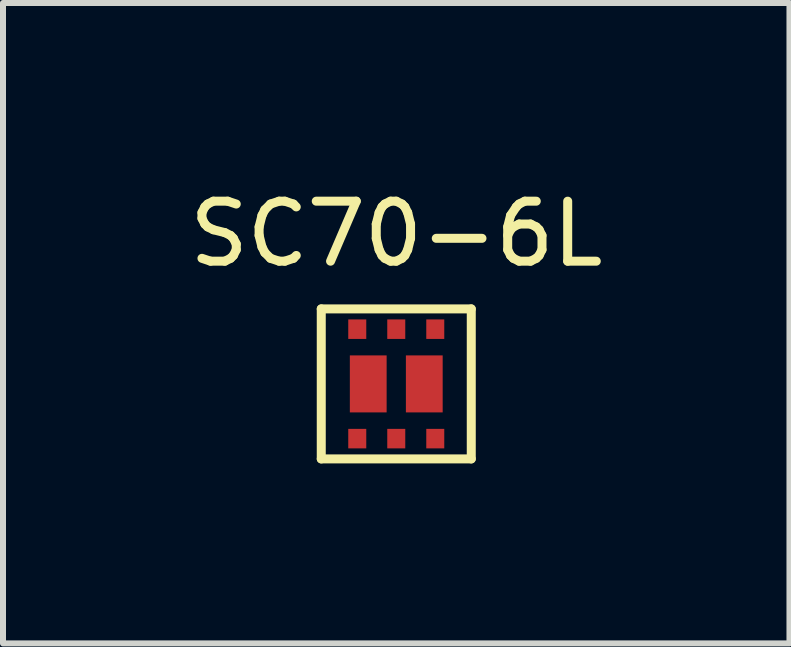
<source format=kicad_pcb>
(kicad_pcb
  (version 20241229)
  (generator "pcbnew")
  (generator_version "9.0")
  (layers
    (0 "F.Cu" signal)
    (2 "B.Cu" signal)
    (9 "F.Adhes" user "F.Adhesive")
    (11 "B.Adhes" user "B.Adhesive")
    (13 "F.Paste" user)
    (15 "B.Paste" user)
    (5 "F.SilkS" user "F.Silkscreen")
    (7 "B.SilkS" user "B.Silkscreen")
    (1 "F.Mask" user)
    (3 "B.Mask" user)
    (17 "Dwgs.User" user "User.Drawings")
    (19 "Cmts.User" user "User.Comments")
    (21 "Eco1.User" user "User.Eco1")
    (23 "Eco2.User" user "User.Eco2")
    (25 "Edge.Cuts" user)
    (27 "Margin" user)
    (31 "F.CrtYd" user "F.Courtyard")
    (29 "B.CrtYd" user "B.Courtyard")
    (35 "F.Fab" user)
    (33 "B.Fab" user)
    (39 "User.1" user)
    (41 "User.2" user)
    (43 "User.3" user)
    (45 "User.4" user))
  (footprint "SC70-6L"
    (layer "F.Cu")
    (at 3.554 3.348)
    (property "Reference" "SC70-6L" (at 0 -2.5 0) (layer "F.SilkS") (effects (font (size 1 1) (thickness 0.15))))
    (attr through_hole)
    (fp_line (start -1.25 -1.25) (end -1.25 1.25) (stroke (width 0.15) (type solid)) (layer "F.SilkS"))
    (fp_line (start -1.25 1.25) (end 1.25 1.25) (stroke (width 0.15) (type solid)) (layer "F.SilkS"))
    (fp_line (start 1.25 -1.25) (end -1.25 -1.25) (stroke (width 0.15) (type solid)) (layer "F.SilkS"))
    (fp_line (start 1.25 1.25) (end 1.25 -1.25) (stroke (width 0.15) (type solid)) (layer "F.SilkS"))
    (pad "1" smd rect (at -0.65 0.912) (size 0.3 0.325) (layers "F.Cu" "F.Mask" "F.Paste"))
    (pad "2" smd rect (at 0 0.912) (size 0.3 0.325) (layers "F.Cu" "F.Mask" "F.Paste"))
    (pad "3" smd rect (at 0.65 0.912) (size 0.3 0.325) (layers "F.Cu" "F.Mask" "F.Paste"))
    (pad "4" smd rect (at 0.65 -0.912) (size 0.3 0.325) (layers "F.Cu" "F.Mask" "F.Paste"))
    (pad "5" smd rect (at 0 -0.912) (size 0.3 0.325) (layers "F.Cu" "F.Mask" "F.Paste"))
    (pad "6" smd rect (at -0.65 -0.912) (size 0.3 0.325) (layers "F.Cu" "F.Mask" "F.Paste"))
    (pad "7" smd rect (at -0.467 0) (size 0.613 0.95) (layers "F.Cu" "F.Mask" "F.Paste"))
    (pad "8" smd rect (at 0.467 0) (size 0.613 0.95) (layers "F.Cu" "F.Mask" "F.Paste")))
  (gr_rect
    (start -3 -3)
    (end 10.107 7.673)
    (stroke (width 0.1) (type default))
    (fill no)
    (layer "Edge.Cuts")))
</source>
